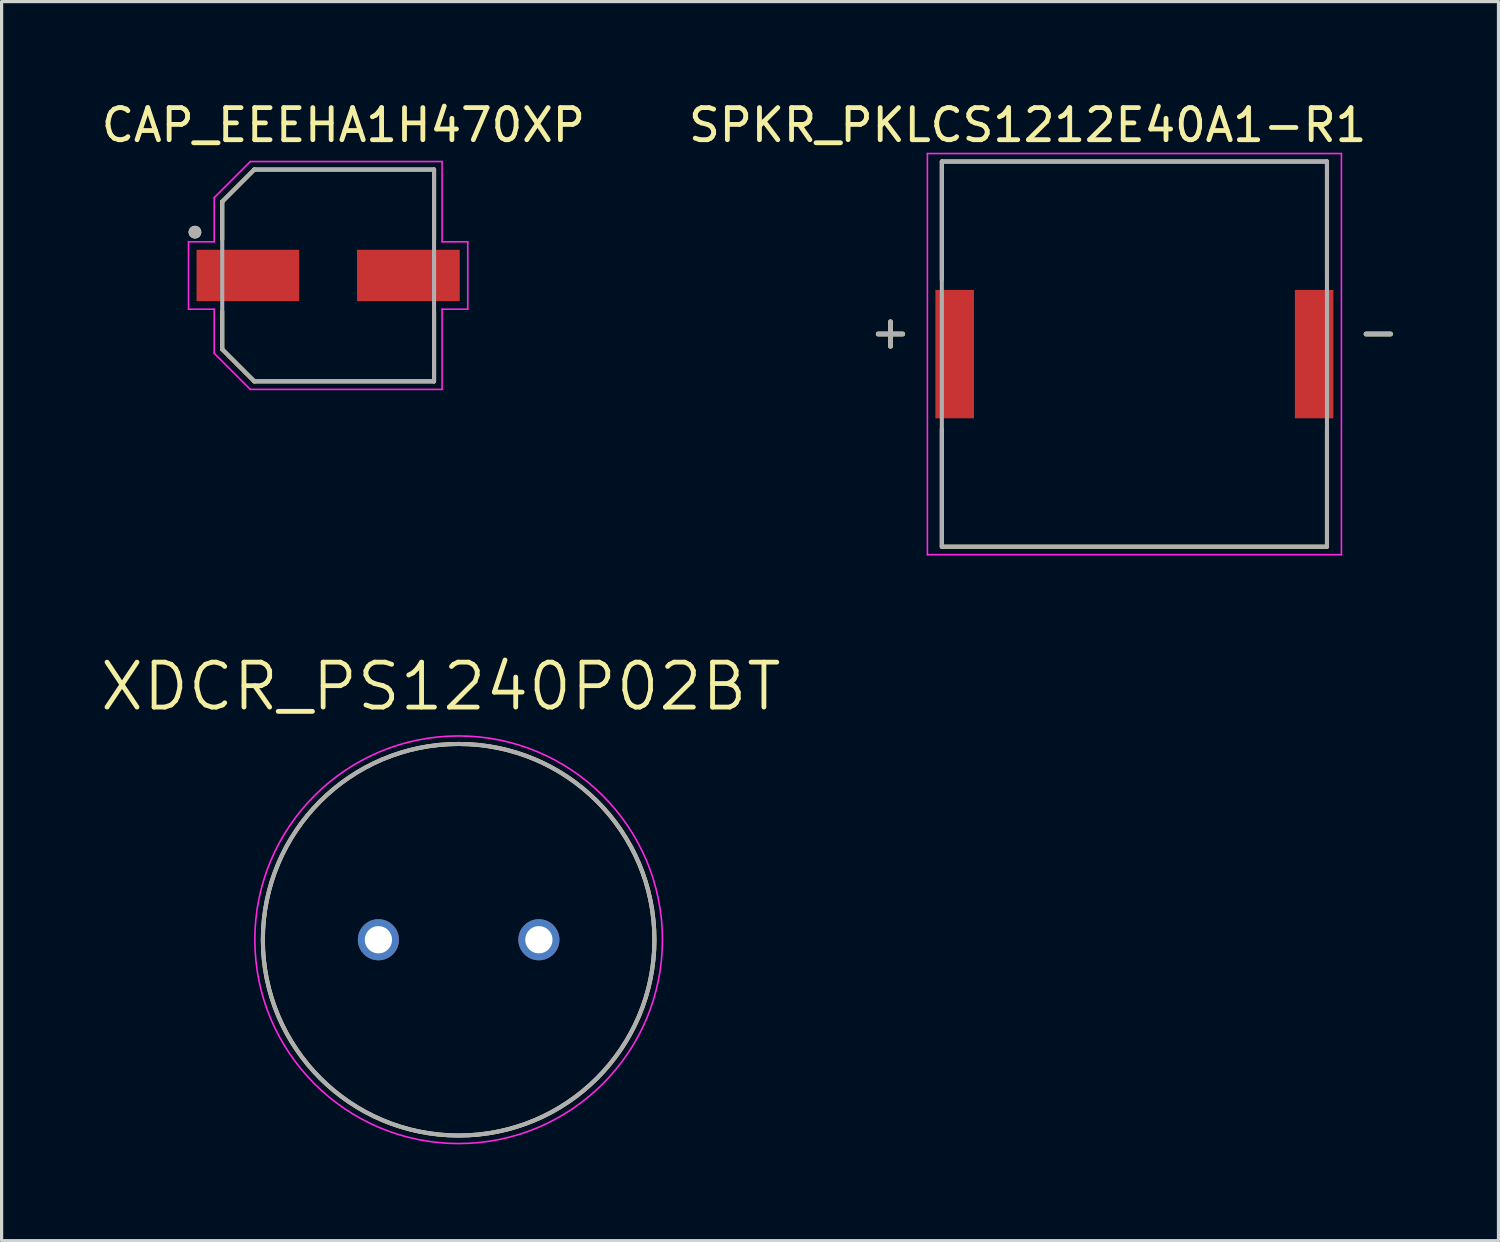
<source format=kicad_pcb>
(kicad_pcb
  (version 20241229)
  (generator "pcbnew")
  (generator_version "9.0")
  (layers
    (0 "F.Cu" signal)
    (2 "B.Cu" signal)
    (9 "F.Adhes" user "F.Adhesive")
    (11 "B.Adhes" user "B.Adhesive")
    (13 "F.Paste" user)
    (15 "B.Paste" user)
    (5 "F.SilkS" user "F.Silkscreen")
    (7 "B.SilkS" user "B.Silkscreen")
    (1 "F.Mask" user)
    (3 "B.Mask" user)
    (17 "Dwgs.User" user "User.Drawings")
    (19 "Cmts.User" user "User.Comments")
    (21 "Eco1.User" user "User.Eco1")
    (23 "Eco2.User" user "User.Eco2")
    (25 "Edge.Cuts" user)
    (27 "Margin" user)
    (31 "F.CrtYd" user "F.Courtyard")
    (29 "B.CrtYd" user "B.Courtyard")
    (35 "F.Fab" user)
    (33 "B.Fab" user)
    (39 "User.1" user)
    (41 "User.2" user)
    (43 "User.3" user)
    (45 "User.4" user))
  (footprint "XDCR_PS1240P02BT"
    (layer "F.Cu")
    (at 11.24 26.23)
    (property "Reference" "XDCR_PS1240P02BT" (at -0.555 -7.889 0) (layer "F.SilkS") (effects (font (size 1.4 1.4) (thickness 0.15))))
    (attr through_hole)
    (fp_circle (center 0 0) (end 6.1 0) (stroke (width 0.127) (type solid)) (fill no) (layer "F.SilkS"))
    (fp_circle (center 0 0) (end 6.35 0) (stroke (width 0.05) (type solid)) (fill no) (layer "F.CrtYd"))
    (fp_circle (center 0 0) (end 6.1 0) (stroke (width 0.127) (type solid)) (fill no) (layer "F.Fab"))
    (pad "1" thru_hole circle (at -2.5 0) (size 1.28 1.28) (drill 0.85) (layers "*.Cu" "*.Mask"))
    (pad "2" thru_hole circle (at 2.5 0) (size 1.28 1.28) (drill 0.85) (layers "*.Cu" "*.Mask")))
  (footprint "CAP_EEEHA1H470XP"
    (layer "F.Cu")
    (at 7.174 5.533)
    (property "Reference" "CAP_EEEHA1H470XP" (at 0.475 -4.685 0) (layer "F.SilkS") (effects (font (size 1 1) (thickness 0.15))))
    (attr smd)
    (fp_line (start -3.3 -2.3) (end -3.3 -1.12) (stroke (width 0.127) (type solid)) (layer "F.SilkS"))
    (fp_line (start -3.3 1.12) (end -3.3 2.3) (stroke (width 0.127) (type solid)) (layer "F.SilkS"))
    (fp_line (start -3.3 2.3) (end -2.3 3.3) (stroke (width 0.127) (type solid)) (layer "F.SilkS"))
    (fp_line (start -2.3 -3.3) (end -3.3 -2.3) (stroke (width 0.127) (type solid)) (layer "F.SilkS"))
    (fp_line (start -2.3 3.3) (end 3.3 3.3) (stroke (width 0.127) (type solid)) (layer "F.SilkS"))
    (fp_line (start 3.3 -3.3) (end -2.3 -3.3) (stroke (width 0.127) (type solid)) (layer "F.SilkS"))
    (fp_line (start 3.3 -1.12) (end 3.3 -3.3) (stroke (width 0.127) (type solid)) (layer "F.SilkS"))
    (fp_line (start 3.3 3.3) (end 3.3 1.12) (stroke (width 0.127) (type solid)) (layer "F.SilkS"))
    (fp_circle (center -4.15 -1.35) (end -4.05 -1.35) (stroke (width 0.2) (type solid)) (fill no) (layer "F.SilkS"))
    (fp_line (start -4.35 -1.05) (end -3.55 -1.05) (stroke (width 0.05) (type solid)) (layer "F.CrtYd"))
    (fp_line (start -4.35 1.05) (end -4.35 -1.05) (stroke (width 0.05) (type solid)) (layer "F.CrtYd"))
    (fp_line (start -3.55 -2.425) (end -2.425 -3.55) (stroke (width 0.05) (type solid)) (layer "F.CrtYd"))
    (fp_line (start -3.55 -1.05) (end -3.55 -2.425) (stroke (width 0.05) (type solid)) (layer "F.CrtYd"))
    (fp_line (start -3.55 1.05) (end -4.35 1.05) (stroke (width 0.05) (type solid)) (layer "F.CrtYd"))
    (fp_line (start -3.55 2.425) (end -3.55 1.05) (stroke (width 0.05) (type solid)) (layer "F.CrtYd"))
    (fp_line (start -2.425 -3.55) (end 3.55 -3.55) (stroke (width 0.05) (type solid)) (layer "F.CrtYd"))
    (fp_line (start -2.425 3.55) (end -3.55 2.425) (stroke (width 0.05) (type solid)) (layer "F.CrtYd"))
    (fp_line (start 3.55 -3.55) (end 3.55 -1.05) (stroke (width 0.05) (type solid)) (layer "F.CrtYd"))
    (fp_line (start 3.55 -1.05) (end 4.35 -1.05) (stroke (width 0.05) (type solid)) (layer "F.CrtYd"))
    (fp_line (start 3.55 1.05) (end 3.55 3.55) (stroke (width 0.05) (type solid)) (layer "F.CrtYd"))
    (fp_line (start 3.55 3.55) (end -2.425 3.55) (stroke (width 0.05) (type solid)) (layer "F.CrtYd"))
    (fp_line (start 4.35 -1.05) (end 4.35 1.05) (stroke (width 0.05) (type solid)) (layer "F.CrtYd"))
    (fp_line (start 4.35 1.05) (end 3.55 1.05) (stroke (width 0.05) (type solid)) (layer "F.CrtYd"))
    (fp_line (start -3.3 -2.3) (end -3.3 2.3) (stroke (width 0.127) (type solid)) (layer "F.Fab"))
    (fp_line (start -3.3 2.3) (end -2.3 3.3) (stroke (width 0.127) (type solid)) (layer "F.Fab"))
    (fp_line (start -2.3 -3.3) (end -3.3 -2.3) (stroke (width 0.127) (type solid)) (layer "F.Fab"))
    (fp_line (start -2.3 3.3) (end 3.3 3.3) (stroke (width 0.127) (type solid)) (layer "F.Fab"))
    (fp_line (start 3.3 -3.3) (end -2.3 -3.3) (stroke (width 0.127) (type solid)) (layer "F.Fab"))
    (fp_line (start 3.3 3.3) (end 3.3 -3.3) (stroke (width 0.127) (type solid)) (layer "F.Fab"))
    (fp_circle (center -4.15 -1.35) (end -4.05 -1.35) (stroke (width 0.2) (type solid)) (fill no) (layer "F.Fab"))
    (pad "1" smd rect (at -2.5 0) (size 3.2 1.6) (layers "F.Cu" "F.Mask" "F.Paste"))
    (pad "2" smd rect (at 2.5 0) (size 3.2 1.6) (layers "F.Cu" "F.Mask" "F.Paste")))
  (footprint "SPKR_PKLCS1212E40A1-R1"
    (layer "F.Cu")
    (at 32.295 7.983)
    (property "Reference" "SPKR_PKLCS1212E40A1-R1" (at -3.325 -7.135 0) (layer "F.SilkS") (effects (font (size 1 1) (thickness 0.15))))
    (attr smd)
    (fp_line (start -6 -6) (end -6 -2.32) (stroke (width 0.127) (type solid)) (layer "F.SilkS"))
    (fp_line (start -6 -6) (end 6 -6) (stroke (width 0.127) (type solid)) (layer "F.SilkS"))
    (fp_line (start -6 6) (end -6 2.32) (stroke (width 0.127) (type solid)) (layer "F.SilkS"))
    (fp_line (start -6 6) (end 6 6) (stroke (width 0.127) (type solid)) (layer "F.SilkS"))
    (fp_line (start 6 -6) (end 6 -2.32) (stroke (width 0.127) (type solid)) (layer "F.SilkS"))
    (fp_line (start 6 6) (end 6 2.32) (stroke (width 0.127) (type solid)) (layer "F.SilkS"))
    (fp_line (start -6.45 -6.25) (end 6.45 -6.25) (stroke (width 0.05) (type solid)) (layer "F.CrtYd"))
    (fp_line (start -6.45 6.25) (end -6.45 -6.25) (stroke (width 0.05) (type solid)) (layer "F.CrtYd"))
    (fp_line (start 6.45 -6.25) (end 6.45 6.25) (stroke (width 0.05) (type solid)) (layer "F.CrtYd"))
    (fp_line (start 6.45 6.25) (end -6.45 6.25) (stroke (width 0.05) (type solid)) (layer "F.CrtYd"))
    (fp_line (start -6 -6) (end 6 -6) (stroke (width 0.127) (type solid)) (layer "F.Fab"))
    (fp_line (start -6 6) (end -6 -6) (stroke (width 0.127) (type solid)) (layer "F.Fab"))
    (fp_line (start 6 -6) (end 6 6) (stroke (width 0.127) (type solid)) (layer "F.Fab"))
    (fp_line (start 6 6) (end -6 6) (stroke (width 0.127) (type solid)) (layer "F.Fab"))
    (fp_text user "+" (at -7.6 -0.7 0) (layer "F.SilkS") (effects (font (size 1 1) (thickness 0.15))))
    (fp_text user "-" (at 7.6 -0.7 0) (layer "F.SilkS") (effects (font (size 1 1) (thickness 0.15))))
    (fp_text user "+" (at -7.6 -0.7 0) (layer "F.Fab") (effects (font (size 1 1) (thickness 0.15))))
    (fp_text user "-" (at 7.6 -0.7 0) (layer "F.Fab") (effects (font (size 1 1) (thickness 0.15))))
    (pad "N" smd rect (at 5.6 0) (size 1.2 4) (layers "F.Cu" "F.Mask" "F.Paste"))
    (pad "P" smd rect (at -5.6 0) (size 1.2 4) (layers "F.Cu" "F.Mask" "F.Paste")))
  (gr_rect
    (start -3 -3)
    (end 43.639 35.605)
    (stroke (width 0.1) (type default))
    (fill no)
    (layer "Edge.Cuts")))
</source>
